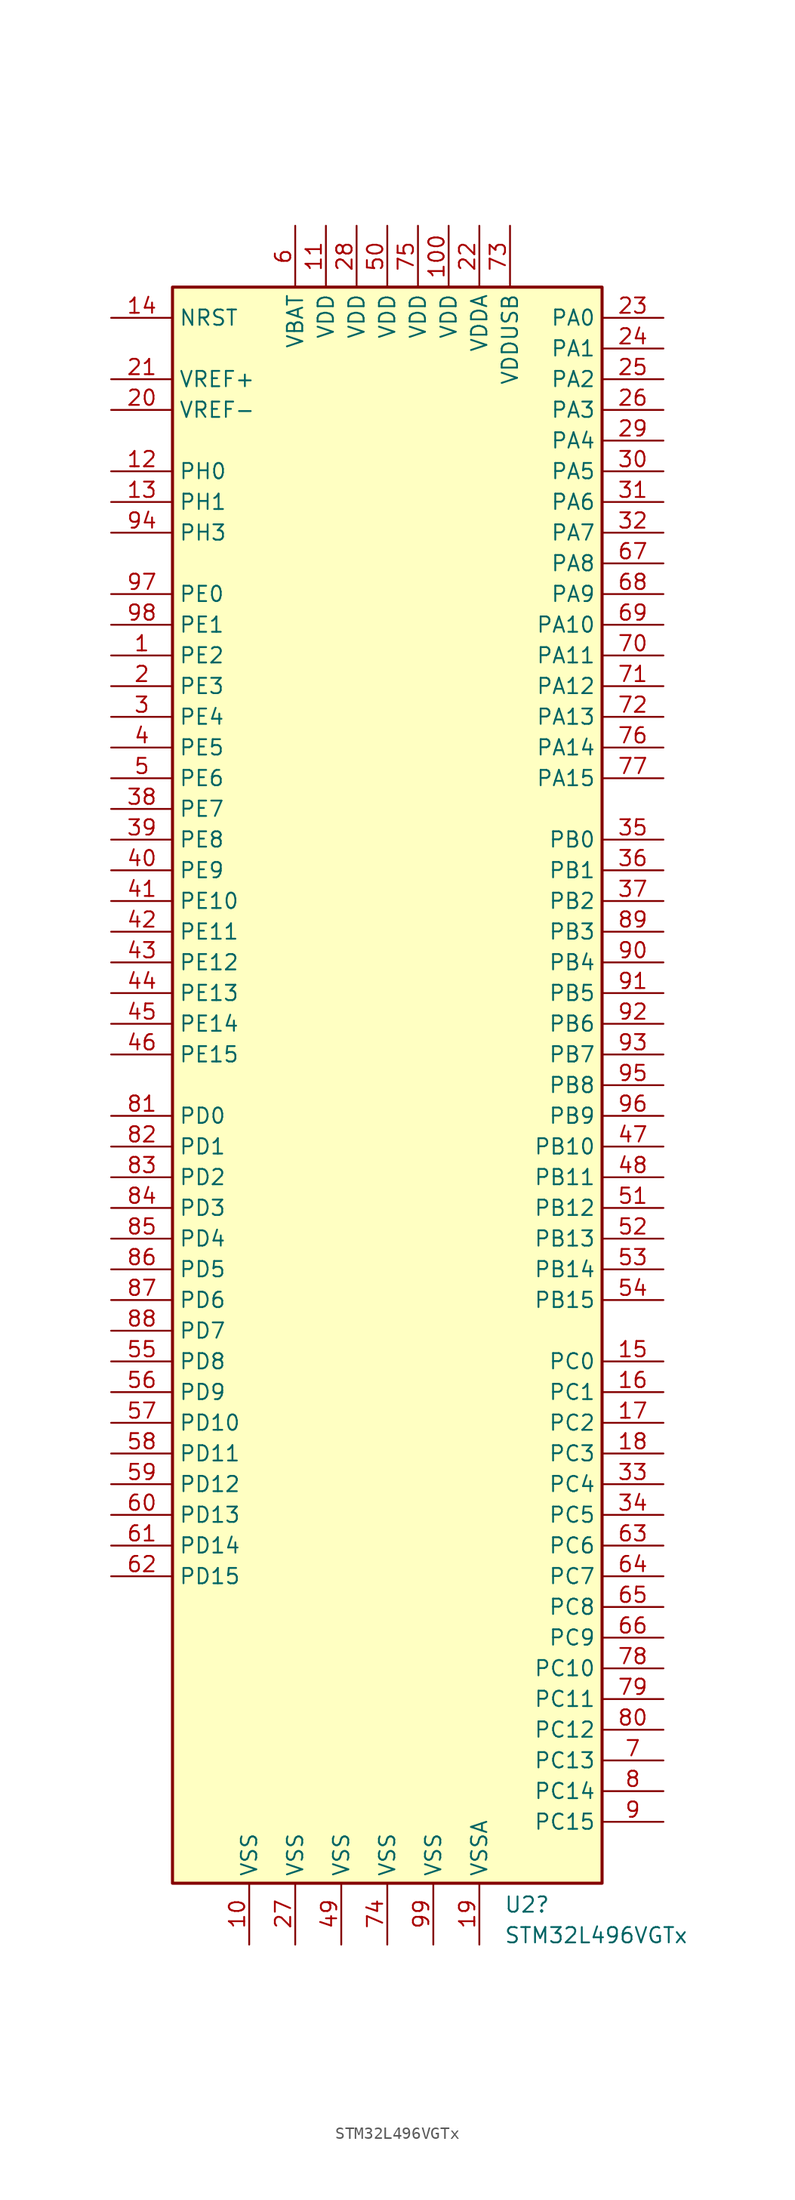
<source format=kicad_sym>
(kicad_symbol_lib
  (version 20231120)
  (generator "kicad_symbol_editor")
  (generator_version "8.0")
  (symbol "STM32L496VGTx"
    (property "Reference" "U2"
      (at 9.652 -67.818 0)
      (effects (font (size 1.27 1.27)) (justify left)))
    (property "Value" "STM32L496VGTx"
      (at 9.652 -70.358 0)
      (effects (font (size 1.27 1.27)) (justify left)))
    (property "ki_locked" ""
      (at 0 0 0)
      (effects (font (size 1.27 1.27))))
    (symbol "STM32L496VGTx_0_1"
      (rectangle (start -17.78 66.04) (end 17.78 -66.04) (stroke (width 0.254) (type default)) (fill (type background))))
    (symbol "STM32L496VGTx_1_1"
      (pin bidirectional line (at -22.86 35.56 0) (length 5.08) (name "PE2" (effects (font (size 1.27 1.27)))) (number "1" (effects (font (size 1.27 1.27)))) (alternate "FMC_A23" bidirectional line) (alternate "LCD_SEG38" bidirectional line) (alternate "SAI1_MCLK_A" bidirectional line) (alternate "SYS_TRACECLK" bidirectional line) (alternate "TIM3_ETR" bidirectional line) (alternate "TSC_G7_IO1" bidirectional line))
      (pin power_in line (at -11.43 -71.12 90) (length 5.08) (name "VSS" (effects (font (size 1.27 1.27)))) (number "10" (effects (font (size 1.27 1.27)))))
      (pin power_in line (at 5.08 71.12 270) (length 5.08) (name "VDD" (effects (font (size 1.27 1.27)))) (number "100" (effects (font (size 1.27 1.27)))))
      (pin power_in line (at -5.08 71.12 270) (length 5.08) (name "VDD" (effects (font (size 1.27 1.27)))) (number "11" (effects (font (size 1.27 1.27)))))
      (pin bidirectional line (at -22.86 50.8 0) (length 5.08) (name "PH0" (effects (font (size 1.27 1.27)))) (number "12" (effects (font (size 1.27 1.27)))) (alternate "RCC_OSC_IN" bidirectional line))
      (pin bidirectional line (at -22.86 48.26 0) (length 5.08) (name "PH1" (effects (font (size 1.27 1.27)))) (number "13" (effects (font (size 1.27 1.27)))) (alternate "RCC_OSC_OUT" bidirectional line))
      (pin input line (at -22.86 63.5 0) (length 5.08) (name "NRST" (effects (font (size 1.27 1.27)))) (number "14" (effects (font (size 1.27 1.27)))))
      (pin bidirectional line (at 22.86 -22.86 180) (length 5.08) (name "PC0" (effects (font (size 1.27 1.27)))) (number "15" (effects (font (size 1.27 1.27)))) (alternate "ADC1_IN1" bidirectional line) (alternate "ADC2_IN1" bidirectional line) (alternate "ADC3_IN1" bidirectional line) (alternate "DFSDM1_DATIN4" bidirectional line) (alternate "I2C3_SCL" bidirectional line) (alternate "I2C4_SCL" bidirectional line) (alternate "LCD_SEG18" bidirectional line) (alternate "LPTIM1_IN1" bidirectional line) (alternate "LPTIM2_IN1" bidirectional line) (alternate "LPUART1_RX" bidirectional line))
      (pin bidirectional line (at 22.86 -25.4 180) (length 5.08) (name "PC1" (effects (font (size 1.27 1.27)))) (number "16" (effects (font (size 1.27 1.27)))) (alternate "ADC1_IN2" bidirectional line) (alternate "ADC2_IN2" bidirectional line) (alternate "ADC3_IN2" bidirectional line) (alternate "DFSDM1_CKIN4" bidirectional line) (alternate "I2C3_SDA" bidirectional line) (alternate "I2C4_SDA" bidirectional line) (alternate "LCD_SEG19" bidirectional line) (alternate "LPTIM1_OUT" bidirectional line) (alternate "LPUART1_TX" bidirectional line) (alternate "QUADSPI_BK2_IO0" bidirectional line) (alternate "SAI1_SD_A" bidirectional line) (alternate "SPI2_MOSI" bidirectional line) (alternate "SYS_TRACED0" bidirectional line))
      (pin bidirectional line (at 22.86 -27.94 180) (length 5.08) (name "PC2" (effects (font (size 1.27 1.27)))) (number "17" (effects (font (size 1.27 1.27)))) (alternate "ADC1_IN3" bidirectional line) (alternate "ADC2_IN3" bidirectional line) (alternate "ADC3_IN3" bidirectional line) (alternate "DFSDM1_CKOUT" bidirectional line) (alternate "LCD_SEG20" bidirectional line) (alternate "LPTIM1_IN2" bidirectional line) (alternate "QUADSPI_BK2_IO1" bidirectional line) (alternate "SPI2_MISO" bidirectional line))
      (pin bidirectional line (at 22.86 -30.48 180) (length 5.08) (name "PC3" (effects (font (size 1.27 1.27)))) (number "18" (effects (font (size 1.27 1.27)))) (alternate "ADC1_IN4" bidirectional line) (alternate "ADC2_IN4" bidirectional line) (alternate "ADC3_IN4" bidirectional line) (alternate "LCD_VLCD" bidirectional line) (alternate "LPTIM1_ETR" bidirectional line) (alternate "LPTIM2_ETR" bidirectional line) (alternate "QUADSPI_BK2_IO2" bidirectional line) (alternate "SAI1_SD_A" bidirectional line) (alternate "SPI2_MOSI" bidirectional line))
      (pin power_in line (at 7.62 -71.12 90) (length 5.08) (name "VSSA" (effects (font (size 1.27 1.27)))) (number "19" (effects (font (size 1.27 1.27)))))
      (pin bidirectional line (at -22.86 33.02 0) (length 5.08) (name "PE3" (effects (font (size 1.27 1.27)))) (number "2" (effects (font (size 1.27 1.27)))) (alternate "FMC_A19" bidirectional line) (alternate "LCD_SEG39" bidirectional line) (alternate "SAI1_SD_B" bidirectional line) (alternate "SYS_TRACED0" bidirectional line) (alternate "TIM3_CH1" bidirectional line) (alternate "TSC_G7_IO2" bidirectional line))
      (pin input line (at -22.86 55.88 0) (length 5.08) (name "VREF-" (effects (font (size 1.27 1.27)))) (number "20" (effects (font (size 1.27 1.27)))))
      (pin input line (at -22.86 58.42 0) (length 5.08) (name "VREF+" (effects (font (size 1.27 1.27)))) (number "21" (effects (font (size 1.27 1.27)))) (alternate "VREFBUF_OUT" bidirectional line))
      (pin power_in line (at 7.62 71.12 270) (length 5.08) (name "VDDA" (effects (font (size 1.27 1.27)))) (number "22" (effects (font (size 1.27 1.27)))))
      (pin bidirectional line (at 22.86 63.5 180) (length 5.08) (name "PA0" (effects (font (size 1.27 1.27)))) (number "23" (effects (font (size 1.27 1.27)))) (alternate "ADC1_IN5" bidirectional line) (alternate "ADC2_IN5" bidirectional line) (alternate "OPAMP1_VINP" bidirectional line) (alternate "RTC_TAMP2" bidirectional line) (alternate "SAI1_EXTCLK" bidirectional line) (alternate "SYS_WKUP1" bidirectional line) (alternate "TIM2_CH1" bidirectional line) (alternate "TIM2_ETR" bidirectional line) (alternate "TIM5_CH1" bidirectional line) (alternate "TIM8_ETR" bidirectional line) (alternate "UART4_TX" bidirectional line) (alternate "USART2_CTS" bidirectional line))
      (pin bidirectional line (at 22.86 60.96 180) (length 5.08) (name "PA1" (effects (font (size 1.27 1.27)))) (number "24" (effects (font (size 1.27 1.27)))) (alternate "ADC1_IN6" bidirectional line) (alternate "ADC2_IN6" bidirectional line) (alternate "I2C1_SMBA" bidirectional line) (alternate "LCD_SEG0" bidirectional line) (alternate "OPAMP1_VINM" bidirectional line) (alternate "SPI1_SCK" bidirectional line) (alternate "TIM15_CH1N" bidirectional line) (alternate "TIM2_CH2" bidirectional line) (alternate "TIM5_CH2" bidirectional line) (alternate "UART4_RX" bidirectional line) (alternate "USART2_DE" bidirectional line) (alternate "USART2_RTS" bidirectional line))
      (pin bidirectional line (at 22.86 58.42 180) (length 5.08) (name "PA2" (effects (font (size 1.27 1.27)))) (number "25" (effects (font (size 1.27 1.27)))) (alternate "ADC1_IN7" bidirectional line) (alternate "ADC2_IN7" bidirectional line) (alternate "LCD_SEG1" bidirectional line) (alternate "LPUART1_TX" bidirectional line) (alternate "QUADSPI_BK1_NCS" bidirectional line) (alternate "RCC_LSCO" bidirectional line) (alternate "SAI2_EXTCLK" bidirectional line) (alternate "SYS_WKUP4" bidirectional line) (alternate "TIM15_CH1" bidirectional line) (alternate "TIM2_CH3" bidirectional line) (alternate "TIM5_CH3" bidirectional line) (alternate "USART2_TX" bidirectional line))
      (pin bidirectional line (at 22.86 55.88 180) (length 5.08) (name "PA3" (effects (font (size 1.27 1.27)))) (number "26" (effects (font (size 1.27 1.27)))) (alternate "ADC1_IN8" bidirectional line) (alternate "ADC2_IN8" bidirectional line) (alternate "LCD_SEG2" bidirectional line) (alternate "LPUART1_RX" bidirectional line) (alternate "OPAMP1_VOUT" bidirectional line) (alternate "QUADSPI_CLK" bidirectional line) (alternate "SAI1_MCLK_A" bidirectional line) (alternate "TIM15_CH2" bidirectional line) (alternate "TIM2_CH4" bidirectional line) (alternate "TIM5_CH4" bidirectional line) (alternate "USART2_RX" bidirectional line))
      (pin power_in line (at -7.62 -71.12 90) (length 5.08) (name "VSS" (effects (font (size 1.27 1.27)))) (number "27" (effects (font (size 1.27 1.27)))))
      (pin power_in line (at -2.54 71.12 270) (length 5.08) (name "VDD" (effects (font (size 1.27 1.27)))) (number "28" (effects (font (size 1.27 1.27)))))
      (pin bidirectional line (at 22.86 53.34 180) (length 5.08) (name "PA4" (effects (font (size 1.27 1.27)))) (number "29" (effects (font (size 1.27 1.27)))) (alternate "ADC1_IN9" bidirectional line) (alternate "ADC2_IN9" bidirectional line) (alternate "DAC1_OUT1" bidirectional line) (alternate "DCMI_HSYNC" bidirectional line) (alternate "LPTIM2_OUT" bidirectional line) (alternate "SAI1_FS_B" bidirectional line) (alternate "SPI1_NSS" bidirectional line) (alternate "SPI3_NSS" bidirectional line) (alternate "USART2_CK" bidirectional line))
      (pin bidirectional line (at -22.86 30.48 0) (length 5.08) (name "PE4" (effects (font (size 1.27 1.27)))) (number "3" (effects (font (size 1.27 1.27)))) (alternate "DCMI_D4" bidirectional line) (alternate "DFSDM1_DATIN3" bidirectional line) (alternate "FMC_A20" bidirectional line) (alternate "SAI1_FS_A" bidirectional line) (alternate "SYS_TRACED1" bidirectional line) (alternate "TIM3_CH2" bidirectional line) (alternate "TSC_G7_IO3" bidirectional line))
      (pin bidirectional line (at 22.86 50.8 180) (length 5.08) (name "PA5" (effects (font (size 1.27 1.27)))) (number "30" (effects (font (size 1.27 1.27)))) (alternate "ADC1_IN10" bidirectional line) (alternate "ADC2_IN10" bidirectional line) (alternate "DAC1_OUT2" bidirectional line) (alternate "LPTIM2_ETR" bidirectional line) (alternate "SPI1_SCK" bidirectional line) (alternate "TIM2_CH1" bidirectional line) (alternate "TIM2_ETR" bidirectional line) (alternate "TIM8_CH1N" bidirectional line))
      (pin bidirectional line (at 22.86 48.26 180) (length 5.08) (name "PA6" (effects (font (size 1.27 1.27)))) (number "31" (effects (font (size 1.27 1.27)))) (alternate "ADC1_IN11" bidirectional line) (alternate "ADC2_IN11" bidirectional line) (alternate "DCMI_PIXCLK" bidirectional line) (alternate "LCD_SEG3" bidirectional line) (alternate "LPUART1_CTS" bidirectional line) (alternate "OPAMP2_VINP" bidirectional line) (alternate "QUADSPI_BK1_IO3" bidirectional line) (alternate "SPI1_MISO" bidirectional line) (alternate "TIM16_CH1" bidirectional line) (alternate "TIM1_BKIN" bidirectional line) (alternate "TIM1_BKIN_COMP2" bidirectional line) (alternate "TIM3_CH1" bidirectional line) (alternate "TIM8_BKIN" bidirectional line) (alternate "TIM8_BKIN_COMP2" bidirectional line) (alternate "USART3_CTS" bidirectional line))
      (pin bidirectional line (at 22.86 45.72 180) (length 5.08) (name "PA7" (effects (font (size 1.27 1.27)))) (number "32" (effects (font (size 1.27 1.27)))) (alternate "ADC1_IN12" bidirectional line) (alternate "ADC2_IN12" bidirectional line) (alternate "I2C3_SCL" bidirectional line) (alternate "LCD_SEG4" bidirectional line) (alternate "OPAMP2_VINM" bidirectional line) (alternate "QUADSPI_BK1_IO2" bidirectional line) (alternate "SPI1_MOSI" bidirectional line) (alternate "TIM17_CH1" bidirectional line) (alternate "TIM1_CH1N" bidirectional line) (alternate "TIM3_CH2" bidirectional line) (alternate "TIM8_CH1N" bidirectional line))
      (pin bidirectional line (at 22.86 -33.02 180) (length 5.08) (name "PC4" (effects (font (size 1.27 1.27)))) (number "33" (effects (font (size 1.27 1.27)))) (alternate "ADC1_IN13" bidirectional line) (alternate "ADC2_IN13" bidirectional line) (alternate "COMP1_INM" bidirectional line) (alternate "LCD_SEG22" bidirectional line) (alternate "QUADSPI_BK2_IO3" bidirectional line) (alternate "USART3_TX" bidirectional line))
      (pin bidirectional line (at 22.86 -35.56 180) (length 5.08) (name "PC5" (effects (font (size 1.27 1.27)))) (number "34" (effects (font (size 1.27 1.27)))) (alternate "ADC1_IN14" bidirectional line) (alternate "ADC2_IN14" bidirectional line) (alternate "COMP1_INP" bidirectional line) (alternate "LCD_SEG23" bidirectional line) (alternate "SYS_WKUP5" bidirectional line) (alternate "USART3_RX" bidirectional line))
      (pin bidirectional line (at 22.86 20.32 180) (length 5.08) (name "PB0" (effects (font (size 1.27 1.27)))) (number "35" (effects (font (size 1.27 1.27)))) (alternate "ADC1_IN15" bidirectional line) (alternate "ADC2_IN15" bidirectional line) (alternate "COMP1_OUT" bidirectional line) (alternate "LCD_SEG5" bidirectional line) (alternate "OPAMP2_VOUT" bidirectional line) (alternate "QUADSPI_BK1_IO1" bidirectional line) (alternate "SAI1_EXTCLK" bidirectional line) (alternate "SPI1_NSS" bidirectional line) (alternate "TIM1_CH2N" bidirectional line) (alternate "TIM3_CH3" bidirectional line) (alternate "TIM8_CH2N" bidirectional line) (alternate "USART3_CK" bidirectional line))
      (pin bidirectional line (at 22.86 17.78 180) (length 5.08) (name "PB1" (effects (font (size 1.27 1.27)))) (number "36" (effects (font (size 1.27 1.27)))) (alternate "ADC1_IN16" bidirectional line) (alternate "ADC2_IN16" bidirectional line) (alternate "COMP1_INM" bidirectional line) (alternate "DFSDM1_DATIN0" bidirectional line) (alternate "LCD_SEG6" bidirectional line) (alternate "LPTIM2_IN1" bidirectional line) (alternate "LPUART1_DE" bidirectional line) (alternate "LPUART1_RTS" bidirectional line) (alternate "QUADSPI_BK1_IO0" bidirectional line) (alternate "TIM1_CH3N" bidirectional line) (alternate "TIM3_CH4" bidirectional line) (alternate "TIM8_CH3N" bidirectional line) (alternate "USART3_DE" bidirectional line) (alternate "USART3_RTS" bidirectional line))
      (pin bidirectional line (at 22.86 15.24 180) (length 5.08) (name "PB2" (effects (font (size 1.27 1.27)))) (number "37" (effects (font (size 1.27 1.27)))) (alternate "COMP1_INP" bidirectional line) (alternate "DFSDM1_CKIN0" bidirectional line) (alternate "I2C3_SMBA" bidirectional line) (alternate "LCD_VLCD" bidirectional line) (alternate "LPTIM1_OUT" bidirectional line) (alternate "RTC_OUT_ALARM" bidirectional line) (alternate "RTC_OUT_CALIB" bidirectional line))
      (pin bidirectional line (at -22.86 22.86 0) (length 5.08) (name "PE7" (effects (font (size 1.27 1.27)))) (number "38" (effects (font (size 1.27 1.27)))) (alternate "DFSDM1_DATIN2" bidirectional line) (alternate "FMC_D4" bidirectional line) (alternate "FMC_DA4" bidirectional line) (alternate "SAI1_SD_B" bidirectional line) (alternate "TIM1_ETR" bidirectional line))
      (pin bidirectional line (at -22.86 20.32 0) (length 5.08) (name "PE8" (effects (font (size 1.27 1.27)))) (number "39" (effects (font (size 1.27 1.27)))) (alternate "DFSDM1_CKIN2" bidirectional line) (alternate "FMC_D5" bidirectional line) (alternate "FMC_DA5" bidirectional line) (alternate "SAI1_SCK_B" bidirectional line) (alternate "TIM1_CH1N" bidirectional line))
      (pin bidirectional line (at -22.86 27.94 0) (length 5.08) (name "PE5" (effects (font (size 1.27 1.27)))) (number "4" (effects (font (size 1.27 1.27)))) (alternate "DCMI_D6" bidirectional line) (alternate "DFSDM1_CKIN3" bidirectional line) (alternate "FMC_A21" bidirectional line) (alternate "SAI1_SCK_A" bidirectional line) (alternate "SYS_TRACED2" bidirectional line) (alternate "TIM3_CH3" bidirectional line) (alternate "TSC_G7_IO4" bidirectional line))
      (pin bidirectional line (at -22.86 17.78 0) (length 5.08) (name "PE9" (effects (font (size 1.27 1.27)))) (number "40" (effects (font (size 1.27 1.27)))) (alternate "DAC1_EXTI9" bidirectional line) (alternate "DFSDM1_CKOUT" bidirectional line) (alternate "FMC_D6" bidirectional line) (alternate "FMC_DA6" bidirectional line) (alternate "SAI1_FS_B" bidirectional line) (alternate "TIM1_CH1" bidirectional line))
      (pin bidirectional line (at -22.86 15.24 0) (length 5.08) (name "PE10" (effects (font (size 1.27 1.27)))) (number "41" (effects (font (size 1.27 1.27)))) (alternate "DFSDM1_DATIN4" bidirectional line) (alternate "FMC_D7" bidirectional line) (alternate "FMC_DA7" bidirectional line) (alternate "QUADSPI_CLK" bidirectional line) (alternate "SAI1_MCLK_B" bidirectional line) (alternate "TIM1_CH2N" bidirectional line) (alternate "TSC_G5_IO1" bidirectional line))
      (pin bidirectional line (at -22.86 12.7 0) (length 5.08) (name "PE11" (effects (font (size 1.27 1.27)))) (number "42" (effects (font (size 1.27 1.27)))) (alternate "ADC1_EXTI11" bidirectional line) (alternate "ADC2_EXTI11" bidirectional line) (alternate "ADC3_EXTI11" bidirectional line) (alternate "DFSDM1_CKIN4" bidirectional line) (alternate "FMC_D8" bidirectional line) (alternate "FMC_DA8" bidirectional line) (alternate "QUADSPI_BK1_NCS" bidirectional line) (alternate "TIM1_CH2" bidirectional line) (alternate "TSC_G5_IO2" bidirectional line))
      (pin bidirectional line (at -22.86 10.16 0) (length 5.08) (name "PE12" (effects (font (size 1.27 1.27)))) (number "43" (effects (font (size 1.27 1.27)))) (alternate "DFSDM1_DATIN5" bidirectional line) (alternate "FMC_D9" bidirectional line) (alternate "FMC_DA9" bidirectional line) (alternate "QUADSPI_BK1_IO0" bidirectional line) (alternate "SPI1_NSS" bidirectional line) (alternate "TIM1_CH3N" bidirectional line) (alternate "TSC_G5_IO3" bidirectional line))
      (pin bidirectional line (at -22.86 7.62 0) (length 5.08) (name "PE13" (effects (font (size 1.27 1.27)))) (number "44" (effects (font (size 1.27 1.27)))) (alternate "DFSDM1_CKIN5" bidirectional line) (alternate "FMC_D10" bidirectional line) (alternate "FMC_DA10" bidirectional line) (alternate "QUADSPI_BK1_IO1" bidirectional line) (alternate "SPI1_SCK" bidirectional line) (alternate "TIM1_CH3" bidirectional line) (alternate "TSC_G5_IO4" bidirectional line))
      (pin bidirectional line (at -22.86 5.08 0) (length 5.08) (name "PE14" (effects (font (size 1.27 1.27)))) (number "45" (effects (font (size 1.27 1.27)))) (alternate "FMC_D11" bidirectional line) (alternate "FMC_DA11" bidirectional line) (alternate "QUADSPI_BK1_IO2" bidirectional line) (alternate "SPI1_MISO" bidirectional line) (alternate "TIM1_BKIN2" bidirectional line) (alternate "TIM1_BKIN2_COMP2" bidirectional line) (alternate "TIM1_CH4" bidirectional line))
      (pin bidirectional line (at -22.86 2.54 0) (length 5.08) (name "PE15" (effects (font (size 1.27 1.27)))) (number "46" (effects (font (size 1.27 1.27)))) (alternate "ADC1_EXTI15" bidirectional line) (alternate "ADC2_EXTI15" bidirectional line) (alternate "ADC3_EXTI15" bidirectional line) (alternate "FMC_D12" bidirectional line) (alternate "FMC_DA12" bidirectional line) (alternate "QUADSPI_BK1_IO3" bidirectional line) (alternate "SPI1_MOSI" bidirectional line) (alternate "TIM1_BKIN" bidirectional line) (alternate "TIM1_BKIN_COMP1" bidirectional line))
      (pin bidirectional line (at 22.86 -5.08 180) (length 5.08) (name "PB10" (effects (font (size 1.27 1.27)))) (number "47" (effects (font (size 1.27 1.27)))) (alternate "COMP1_OUT" bidirectional line) (alternate "DFSDM1_DATIN7" bidirectional line) (alternate "I2C2_SCL" bidirectional line) (alternate "I2C4_SCL" bidirectional line) (alternate "LCD_SEG10" bidirectional line) (alternate "LPUART1_RX" bidirectional line) (alternate "QUADSPI_CLK" bidirectional line) (alternate "SAI1_SCK_A" bidirectional line) (alternate "SPI2_SCK" bidirectional line) (alternate "TIM2_CH3" bidirectional line) (alternate "TSC_SYNC" bidirectional line) (alternate "USART3_TX" bidirectional line))
      (pin bidirectional line (at 22.86 -7.62 180) (length 5.08) (name "PB11" (effects (font (size 1.27 1.27)))) (number "48" (effects (font (size 1.27 1.27)))) (alternate "ADC1_EXTI11" bidirectional line) (alternate "ADC2_EXTI11" bidirectional line) (alternate "ADC3_EXTI11" bidirectional line) (alternate "COMP2_OUT" bidirectional line) (alternate "DFSDM1_CKIN7" bidirectional line) (alternate "I2C2_SDA" bidirectional line) (alternate "I2C4_SDA" bidirectional line) (alternate "LCD_SEG11" bidirectional line) (alternate "LPUART1_TX" bidirectional line) (alternate "QUADSPI_BK1_NCS" bidirectional line) (alternate "TIM2_CH4" bidirectional line) (alternate "USART3_RX" bidirectional line))
      (pin power_in line (at -3.81 -71.12 90) (length 5.08) (name "VSS" (effects (font (size 1.27 1.27)))) (number "49" (effects (font (size 1.27 1.27)))))
      (pin bidirectional line (at -22.86 25.4 0) (length 5.08) (name "PE6" (effects (font (size 1.27 1.27)))) (number "5" (effects (font (size 1.27 1.27)))) (alternate "DCMI_D7" bidirectional line) (alternate "FMC_A22" bidirectional line) (alternate "RTC_TAMP3" bidirectional line) (alternate "SAI1_SD_A" bidirectional line) (alternate "SYS_TRACED3" bidirectional line) (alternate "SYS_WKUP3" bidirectional line) (alternate "TIM3_CH4" bidirectional line))
      (pin power_in line (at 0 71.12 270) (length 5.08) (name "VDD" (effects (font (size 1.27 1.27)))) (number "50" (effects (font (size 1.27 1.27)))))
      (pin bidirectional line (at 22.86 -10.16 180) (length 5.08) (name "PB12" (effects (font (size 1.27 1.27)))) (number "51" (effects (font (size 1.27 1.27)))) (alternate "CAN2_RX" bidirectional line) (alternate "DFSDM1_DATIN1" bidirectional line) (alternate "I2C2_SMBA" bidirectional line) (alternate "LCD_SEG12" bidirectional line) (alternate "LPUART1_DE" bidirectional line) (alternate "LPUART1_RTS" bidirectional line) (alternate "SAI2_FS_A" bidirectional line) (alternate "SPI2_NSS" bidirectional line) (alternate "SWPMI1_IO" bidirectional line) (alternate "TIM15_BKIN" bidirectional line) (alternate "TIM1_BKIN" bidirectional line) (alternate "TIM1_BKIN_COMP2" bidirectional line) (alternate "TSC_G1_IO1" bidirectional line) (alternate "USART3_CK" bidirectional line))
      (pin bidirectional line (at 22.86 -12.7 180) (length 5.08) (name "PB13" (effects (font (size 1.27 1.27)))) (number "52" (effects (font (size 1.27 1.27)))) (alternate "CAN2_TX" bidirectional line) (alternate "DFSDM1_CKIN1" bidirectional line) (alternate "I2C2_SCL" bidirectional line) (alternate "LCD_SEG13" bidirectional line) (alternate "LPUART1_CTS" bidirectional line) (alternate "SAI2_SCK_A" bidirectional line) (alternate "SPI2_SCK" bidirectional line) (alternate "SWPMI1_TX" bidirectional line) (alternate "TIM15_CH1N" bidirectional line) (alternate "TIM1_CH1N" bidirectional line) (alternate "TSC_G1_IO2" bidirectional line) (alternate "USART3_CTS" bidirectional line))
      (pin bidirectional line (at 22.86 -15.24 180) (length 5.08) (name "PB14" (effects (font (size 1.27 1.27)))) (number "53" (effects (font (size 1.27 1.27)))) (alternate "DFSDM1_DATIN2" bidirectional line) (alternate "I2C2_SDA" bidirectional line) (alternate "LCD_SEG14" bidirectional line) (alternate "SAI2_MCLK_A" bidirectional line) (alternate "SPI2_MISO" bidirectional line) (alternate "SWPMI1_RX" bidirectional line) (alternate "TIM15_CH1" bidirectional line) (alternate "TIM1_CH2N" bidirectional line) (alternate "TIM8_CH2N" bidirectional line) (alternate "TSC_G1_IO3" bidirectional line) (alternate "USART3_DE" bidirectional line) (alternate "USART3_RTS" bidirectional line))
      (pin bidirectional line (at 22.86 -17.78 180) (length 5.08) (name "PB15" (effects (font (size 1.27 1.27)))) (number "54" (effects (font (size 1.27 1.27)))) (alternate "ADC1_EXTI15" bidirectional line) (alternate "ADC2_EXTI15" bidirectional line) (alternate "ADC3_EXTI15" bidirectional line) (alternate "DFSDM1_CKIN2" bidirectional line) (alternate "LCD_SEG15" bidirectional line) (alternate "RTC_REFIN" bidirectional line) (alternate "SAI2_SD_A" bidirectional line) (alternate "SPI2_MOSI" bidirectional line) (alternate "SWPMI1_SUSPEND" bidirectional line) (alternate "TIM15_CH2" bidirectional line) (alternate "TIM1_CH3N" bidirectional line) (alternate "TIM8_CH3N" bidirectional line) (alternate "TSC_G1_IO4" bidirectional line))
      (pin bidirectional line (at -22.86 -22.86 0) (length 5.08) (name "PD8" (effects (font (size 1.27 1.27)))) (number "55" (effects (font (size 1.27 1.27)))) (alternate "DCMI_HSYNC" bidirectional line) (alternate "FMC_D13" bidirectional line) (alternate "FMC_DA13" bidirectional line) (alternate "LCD_SEG28" bidirectional line) (alternate "USART3_TX" bidirectional line))
      (pin bidirectional line (at -22.86 -25.4 0) (length 5.08) (name "PD9" (effects (font (size 1.27 1.27)))) (number "56" (effects (font (size 1.27 1.27)))) (alternate "DAC1_EXTI9" bidirectional line) (alternate "DCMI_PIXCLK" bidirectional line) (alternate "FMC_D14" bidirectional line) (alternate "FMC_DA14" bidirectional line) (alternate "LCD_SEG29" bidirectional line) (alternate "SAI2_MCLK_A" bidirectional line) (alternate "USART3_RX" bidirectional line))
      (pin bidirectional line (at -22.86 -27.94 0) (length 5.08) (name "PD10" (effects (font (size 1.27 1.27)))) (number "57" (effects (font (size 1.27 1.27)))) (alternate "FMC_D15" bidirectional line) (alternate "FMC_DA15" bidirectional line) (alternate "LCD_SEG30" bidirectional line) (alternate "SAI2_SCK_A" bidirectional line) (alternate "TSC_G6_IO1" bidirectional line) (alternate "USART3_CK" bidirectional line))
      (pin bidirectional line (at -22.86 -30.48 0) (length 5.08) (name "PD11" (effects (font (size 1.27 1.27)))) (number "58" (effects (font (size 1.27 1.27)))) (alternate "ADC1_EXTI11" bidirectional line) (alternate "ADC2_EXTI11" bidirectional line) (alternate "ADC3_EXTI11" bidirectional line) (alternate "FMC_A16" bidirectional line) (alternate "FMC_CLE" bidirectional line) (alternate "I2C4_SMBA" bidirectional line) (alternate "LCD_SEG31" bidirectional line) (alternate "LPTIM2_ETR" bidirectional line) (alternate "SAI2_SD_A" bidirectional line) (alternate "TSC_G6_IO2" bidirectional line) (alternate "USART3_CTS" bidirectional line))
      (pin bidirectional line (at -22.86 -33.02 0) (length 5.08) (name "PD12" (effects (font (size 1.27 1.27)))) (number "59" (effects (font (size 1.27 1.27)))) (alternate "FMC_A17" bidirectional line) (alternate "FMC_ALE" bidirectional line) (alternate "I2C4_SCL" bidirectional line) (alternate "LCD_SEG32" bidirectional line) (alternate "LPTIM2_IN1" bidirectional line) (alternate "SAI2_FS_A" bidirectional line) (alternate "TIM4_CH1" bidirectional line) (alternate "TSC_G6_IO3" bidirectional line) (alternate "USART3_DE" bidirectional line) (alternate "USART3_RTS" bidirectional line))
      (pin power_in line (at -7.62 71.12 270) (length 5.08) (name "VBAT" (effects (font (size 1.27 1.27)))) (number "6" (effects (font (size 1.27 1.27)))))
      (pin bidirectional line (at -22.86 -35.56 0) (length 5.08) (name "PD13" (effects (font (size 1.27 1.27)))) (number "60" (effects (font (size 1.27 1.27)))) (alternate "FMC_A18" bidirectional line) (alternate "I2C4_SDA" bidirectional line) (alternate "LCD_SEG33" bidirectional line) (alternate "LPTIM2_OUT" bidirectional line) (alternate "TIM4_CH2" bidirectional line) (alternate "TSC_G6_IO4" bidirectional line))
      (pin bidirectional line (at -22.86 -38.1 0) (length 5.08) (name "PD14" (effects (font (size 1.27 1.27)))) (number "61" (effects (font (size 1.27 1.27)))) (alternate "FMC_D0" bidirectional line) (alternate "FMC_DA0" bidirectional line) (alternate "LCD_SEG34" bidirectional line) (alternate "TIM4_CH3" bidirectional line))
      (pin bidirectional line (at -22.86 -40.64 0) (length 5.08) (name "PD15" (effects (font (size 1.27 1.27)))) (number "62" (effects (font (size 1.27 1.27)))) (alternate "ADC1_EXTI15" bidirectional line) (alternate "ADC2_EXTI15" bidirectional line) (alternate "ADC3_EXTI15" bidirectional line) (alternate "FMC_D1" bidirectional line) (alternate "FMC_DA1" bidirectional line) (alternate "LCD_SEG35" bidirectional line) (alternate "TIM4_CH4" bidirectional line))
      (pin bidirectional line (at 22.86 -38.1 180) (length 5.08) (name "PC6" (effects (font (size 1.27 1.27)))) (number "63" (effects (font (size 1.27 1.27)))) (alternate "DCMI_D0" bidirectional line) (alternate "DFSDM1_CKIN3" bidirectional line) (alternate "LCD_SEG24" bidirectional line) (alternate "SAI2_MCLK_A" bidirectional line) (alternate "SDMMC1_D6" bidirectional line) (alternate "TIM3_CH1" bidirectional line) (alternate "TIM8_CH1" bidirectional line) (alternate "TSC_G4_IO1" bidirectional line))
      (pin bidirectional line (at 22.86 -40.64 180) (length 5.08) (name "PC7" (effects (font (size 1.27 1.27)))) (number "64" (effects (font (size 1.27 1.27)))) (alternate "DCMI_D1" bidirectional line) (alternate "DFSDM1_DATIN3" bidirectional line) (alternate "LCD_SEG25" bidirectional line) (alternate "SAI2_MCLK_B" bidirectional line) (alternate "SDMMC1_D7" bidirectional line) (alternate "TIM3_CH2" bidirectional line) (alternate "TIM8_CH2" bidirectional line) (alternate "TSC_G4_IO2" bidirectional line))
      (pin bidirectional line (at 22.86 -43.18 180) (length 5.08) (name "PC8" (effects (font (size 1.27 1.27)))) (number "65" (effects (font (size 1.27 1.27)))) (alternate "DCMI_D2" bidirectional line) (alternate "LCD_SEG26" bidirectional line) (alternate "SDMMC1_D0" bidirectional line) (alternate "TIM3_CH3" bidirectional line) (alternate "TIM8_CH3" bidirectional line) (alternate "TSC_G4_IO3" bidirectional line))
      (pin bidirectional line (at 22.86 -45.72 180) (length 5.08) (name "PC9" (effects (font (size 1.27 1.27)))) (number "66" (effects (font (size 1.27 1.27)))) (alternate "DAC1_EXTI9" bidirectional line) (alternate "DCMI_D3" bidirectional line) (alternate "I2C3_SDA" bidirectional line) (alternate "LCD_SEG27" bidirectional line) (alternate "SAI2_EXTCLK" bidirectional line) (alternate "SDMMC1_D1" bidirectional line) (alternate "TIM3_CH4" bidirectional line) (alternate "TIM8_BKIN2" bidirectional line) (alternate "TIM8_BKIN2_COMP1" bidirectional line) (alternate "TIM8_CH4" bidirectional line) (alternate "TSC_G4_IO4" bidirectional line) (alternate "USB_OTG_FS_NOE" bidirectional line))
      (pin bidirectional line (at 22.86 43.18 180) (length 5.08) (name "PA8" (effects (font (size 1.27 1.27)))) (number "67" (effects (font (size 1.27 1.27)))) (alternate "LCD_COM0" bidirectional line) (alternate "LPTIM2_OUT" bidirectional line) (alternate "RCC_MCO" bidirectional line) (alternate "SAI1_SCK_A" bidirectional line) (alternate "SWPMI1_IO" bidirectional line) (alternate "TIM1_CH1" bidirectional line) (alternate "USART1_CK" bidirectional line) (alternate "USB_OTG_FS_SOF" bidirectional line))
      (pin bidirectional line (at 22.86 40.64 180) (length 5.08) (name "PA9" (effects (font (size 1.27 1.27)))) (number "68" (effects (font (size 1.27 1.27)))) (alternate "DAC1_EXTI9" bidirectional line) (alternate "DCMI_D0" bidirectional line) (alternate "LCD_COM1" bidirectional line) (alternate "SAI1_FS_A" bidirectional line) (alternate "SPI2_SCK" bidirectional line) (alternate "TIM15_BKIN" bidirectional line) (alternate "TIM1_CH2" bidirectional line) (alternate "USART1_TX" bidirectional line) (alternate "USB_OTG_FS_VBUS" bidirectional line))
      (pin bidirectional line (at 22.86 38.1 180) (length 5.08) (name "PA10" (effects (font (size 1.27 1.27)))) (number "69" (effects (font (size 1.27 1.27)))) (alternate "DCMI_D1" bidirectional line) (alternate "LCD_COM2" bidirectional line) (alternate "SAI1_SD_A" bidirectional line) (alternate "TIM17_BKIN" bidirectional line) (alternate "TIM1_CH3" bidirectional line) (alternate "USART1_RX" bidirectional line) (alternate "USB_OTG_FS_ID" bidirectional line))
      (pin bidirectional line (at 22.86 -55.88 180) (length 5.08) (name "PC13" (effects (font (size 1.27 1.27)))) (number "7" (effects (font (size 1.27 1.27)))) (alternate "RTC_OUT_ALARM" bidirectional line) (alternate "RTC_OUT_CALIB" bidirectional line) (alternate "RTC_TAMP1" bidirectional line) (alternate "RTC_TS" bidirectional line) (alternate "SYS_WKUP2" bidirectional line))
      (pin bidirectional line (at 22.86 35.56 180) (length 5.08) (name "PA11" (effects (font (size 1.27 1.27)))) (number "70" (effects (font (size 1.27 1.27)))) (alternate "ADC1_EXTI11" bidirectional line) (alternate "ADC2_EXTI11" bidirectional line) (alternate "ADC3_EXTI11" bidirectional line) (alternate "CAN1_RX" bidirectional line) (alternate "SPI1_MISO" bidirectional line) (alternate "TIM1_BKIN2" bidirectional line) (alternate "TIM1_BKIN2_COMP1" bidirectional line) (alternate "TIM1_CH4" bidirectional line) (alternate "USART1_CTS" bidirectional line) (alternate "USB_OTG_FS_DM" bidirectional line))
      (pin bidirectional line (at 22.86 33.02 180) (length 5.08) (name "PA12" (effects (font (size 1.27 1.27)))) (number "71" (effects (font (size 1.27 1.27)))) (alternate "CAN1_TX" bidirectional line) (alternate "SPI1_MOSI" bidirectional line) (alternate "TIM1_ETR" bidirectional line) (alternate "USART1_DE" bidirectional line) (alternate "USART1_RTS" bidirectional line) (alternate "USB_OTG_FS_DP" bidirectional line))
      (pin bidirectional line (at 22.86 30.48 180) (length 5.08) (name "PA13" (effects (font (size 1.27 1.27)))) (number "72" (effects (font (size 1.27 1.27)))) (alternate "IR_OUT" bidirectional line) (alternate "SAI1_SD_B" bidirectional line) (alternate "SWPMI1_TX" bidirectional line) (alternate "SYS_JTMS-SWDIO" bidirectional line) (alternate "USB_OTG_FS_NOE" bidirectional line))
      (pin power_in line (at 10.16 71.12 270) (length 5.08) (name "VDDUSB" (effects (font (size 1.27 1.27)))) (number "73" (effects (font (size 1.27 1.27)))))
      (pin power_in line (at 0 -71.12 90) (length 5.08) (name "VSS" (effects (font (size 1.27 1.27)))) (number "74" (effects (font (size 1.27 1.27)))))
      (pin power_in line (at 2.54 71.12 270) (length 5.08) (name "VDD" (effects (font (size 1.27 1.27)))) (number "75" (effects (font (size 1.27 1.27)))))
      (pin bidirectional line (at 22.86 27.94 180) (length 5.08) (name "PA14" (effects (font (size 1.27 1.27)))) (number "76" (effects (font (size 1.27 1.27)))) (alternate "I2C1_SMBA" bidirectional line) (alternate "I2C4_SMBA" bidirectional line) (alternate "LPTIM1_OUT" bidirectional line) (alternate "SAI1_FS_B" bidirectional line) (alternate "SWPMI1_RX" bidirectional line) (alternate "SYS_JTCK-SWCLK" bidirectional line) (alternate "USB_OTG_FS_SOF" bidirectional line))
      (pin bidirectional line (at 22.86 25.4 180) (length 5.08) (name "PA15" (effects (font (size 1.27 1.27)))) (number "77" (effects (font (size 1.27 1.27)))) (alternate "ADC1_EXTI15" bidirectional line) (alternate "ADC2_EXTI15" bidirectional line) (alternate "ADC3_EXTI15" bidirectional line) (alternate "LCD_SEG17" bidirectional line) (alternate "SAI2_FS_B" bidirectional line) (alternate "SPI1_NSS" bidirectional line) (alternate "SPI3_NSS" bidirectional line) (alternate "SWPMI1_SUSPEND" bidirectional line) (alternate "SYS_JTDI" bidirectional line) (alternate "TIM2_CH1" bidirectional line) (alternate "TIM2_ETR" bidirectional line) (alternate "TSC_G3_IO1" bidirectional line) (alternate "UART4_DE" bidirectional line) (alternate "UART4_RTS" bidirectional line) (alternate "USART2_RX" bidirectional line) (alternate "USART3_DE" bidirectional line) (alternate "USART3_RTS" bidirectional line))
      (pin bidirectional line (at 22.86 -48.26 180) (length 5.08) (name "PC10" (effects (font (size 1.27 1.27)))) (number "78" (effects (font (size 1.27 1.27)))) (alternate "DCMI_D8" bidirectional line) (alternate "LCD_COM4" bidirectional line) (alternate "LCD_SEG28" bidirectional line) (alternate "LCD_SEG40" bidirectional line) (alternate "SAI2_SCK_B" bidirectional line) (alternate "SDMMC1_D2" bidirectional line) (alternate "SPI3_SCK" bidirectional line) (alternate "SYS_TRACED1" bidirectional line) (alternate "TSC_G3_IO2" bidirectional line) (alternate "UART4_TX" bidirectional line) (alternate "USART3_TX" bidirectional line))
      (pin bidirectional line (at 22.86 -50.8 180) (length 5.08) (name "PC11" (effects (font (size 1.27 1.27)))) (number "79" (effects (font (size 1.27 1.27)))) (alternate "ADC1_EXTI11" bidirectional line) (alternate "ADC2_EXTI11" bidirectional line) (alternate "ADC3_EXTI11" bidirectional line) (alternate "DCMI_D4" bidirectional line) (alternate "LCD_COM5" bidirectional line) (alternate "LCD_SEG29" bidirectional line) (alternate "LCD_SEG41" bidirectional line) (alternate "QUADSPI_BK2_NCS" bidirectional line) (alternate "SAI2_MCLK_B" bidirectional line) (alternate "SDMMC1_D3" bidirectional line) (alternate "SPI3_MISO" bidirectional line) (alternate "TSC_G3_IO3" bidirectional line) (alternate "UART4_RX" bidirectional line) (alternate "USART3_RX" bidirectional line))
      (pin bidirectional line (at 22.86 -58.42 180) (length 5.08) (name "PC14" (effects (font (size 1.27 1.27)))) (number "8" (effects (font (size 1.27 1.27)))) (alternate "RCC_OSC32_IN" bidirectional line))
      (pin bidirectional line (at 22.86 -53.34 180) (length 5.08) (name "PC12" (effects (font (size 1.27 1.27)))) (number "80" (effects (font (size 1.27 1.27)))) (alternate "DCMI_D9" bidirectional line) (alternate "LCD_COM6" bidirectional line) (alternate "LCD_SEG30" bidirectional line) (alternate "LCD_SEG42" bidirectional line) (alternate "SAI2_SD_B" bidirectional line) (alternate "SDMMC1_CK" bidirectional line) (alternate "SPI3_MOSI" bidirectional line) (alternate "SYS_TRACED3" bidirectional line) (alternate "TSC_G3_IO4" bidirectional line) (alternate "UART5_TX" bidirectional line) (alternate "USART3_CK" bidirectional line))
      (pin bidirectional line (at -22.86 -2.54 0) (length 5.08) (name "PD0" (effects (font (size 1.27 1.27)))) (number "81" (effects (font (size 1.27 1.27)))) (alternate "CAN1_RX" bidirectional line) (alternate "DFSDM1_DATIN7" bidirectional line) (alternate "FMC_D2" bidirectional line) (alternate "FMC_DA2" bidirectional line) (alternate "SPI2_NSS" bidirectional line))
      (pin bidirectional line (at -22.86 -5.08 0) (length 5.08) (name "PD1" (effects (font (size 1.27 1.27)))) (number "82" (effects (font (size 1.27 1.27)))) (alternate "CAN1_TX" bidirectional line) (alternate "DFSDM1_CKIN7" bidirectional line) (alternate "FMC_D3" bidirectional line) (alternate "FMC_DA3" bidirectional line) (alternate "SPI2_SCK" bidirectional line))
      (pin bidirectional line (at -22.86 -7.62 0) (length 5.08) (name "PD2" (effects (font (size 1.27 1.27)))) (number "83" (effects (font (size 1.27 1.27)))) (alternate "DCMI_D11" bidirectional line) (alternate "LCD_COM7" bidirectional line) (alternate "LCD_SEG31" bidirectional line) (alternate "LCD_SEG43" bidirectional line) (alternate "SDMMC1_CMD" bidirectional line) (alternate "SYS_TRACED2" bidirectional line) (alternate "TIM3_ETR" bidirectional line) (alternate "TSC_SYNC" bidirectional line) (alternate "UART5_RX" bidirectional line) (alternate "USART3_DE" bidirectional line) (alternate "USART3_RTS" bidirectional line))
      (pin bidirectional line (at -22.86 -10.16 0) (length 5.08) (name "PD3" (effects (font (size 1.27 1.27)))) (number "84" (effects (font (size 1.27 1.27)))) (alternate "DCMI_D5" bidirectional line) (alternate "DFSDM1_DATIN0" bidirectional line) (alternate "FMC_CLK" bidirectional line) (alternate "QUADSPI_BK2_NCS" bidirectional line) (alternate "SPI2_MISO" bidirectional line) (alternate "SPI2_SCK" bidirectional line) (alternate "USART2_CTS" bidirectional line))
      (pin bidirectional line (at -22.86 -12.7 0) (length 5.08) (name "PD4" (effects (font (size 1.27 1.27)))) (number "85" (effects (font (size 1.27 1.27)))) (alternate "DFSDM1_CKIN0" bidirectional line) (alternate "FMC_NOE" bidirectional line) (alternate "QUADSPI_BK2_IO0" bidirectional line) (alternate "SPI2_MOSI" bidirectional line) (alternate "USART2_DE" bidirectional line) (alternate "USART2_RTS" bidirectional line))
      (pin bidirectional line (at -22.86 -15.24 0) (length 5.08) (name "PD5" (effects (font (size 1.27 1.27)))) (number "86" (effects (font (size 1.27 1.27)))) (alternate "FMC_NWE" bidirectional line) (alternate "QUADSPI_BK2_IO1" bidirectional line) (alternate "USART2_TX" bidirectional line))
      (pin bidirectional line (at -22.86 -17.78 0) (length 5.08) (name "PD6" (effects (font (size 1.27 1.27)))) (number "87" (effects (font (size 1.27 1.27)))) (alternate "DCMI_D10" bidirectional line) (alternate "DFSDM1_DATIN1" bidirectional line) (alternate "FMC_NWAIT" bidirectional line) (alternate "QUADSPI_BK2_IO1" bidirectional line) (alternate "QUADSPI_BK2_IO2" bidirectional line) (alternate "SAI1_SD_A" bidirectional line) (alternate "USART2_RX" bidirectional line))
      (pin bidirectional line (at -22.86 -20.32 0) (length 5.08) (name "PD7" (effects (font (size 1.27 1.27)))) (number "88" (effects (font (size 1.27 1.27)))) (alternate "DFSDM1_CKIN1" bidirectional line) (alternate "FMC_NE1" bidirectional line) (alternate "QUADSPI_BK2_IO3" bidirectional line) (alternate "USART2_CK" bidirectional line))
      (pin bidirectional line (at 22.86 12.7 180) (length 5.08) (name "PB3" (effects (font (size 1.27 1.27)))) (number "89" (effects (font (size 1.27 1.27)))) (alternate "COMP2_INM" bidirectional line) (alternate "CRS_SYNC" bidirectional line) (alternate "LCD_SEG7" bidirectional line) (alternate "SAI1_SCK_B" bidirectional line) (alternate "SPI1_SCK" bidirectional line) (alternate "SPI3_SCK" bidirectional line) (alternate "SYS_JTDO-SWO" bidirectional line) (alternate "TIM2_CH2" bidirectional line) (alternate "USART1_DE" bidirectional line) (alternate "USART1_RTS" bidirectional line))
      (pin bidirectional line (at 22.86 -60.96 180) (length 5.08) (name "PC15" (effects (font (size 1.27 1.27)))) (number "9" (effects (font (size 1.27 1.27)))) (alternate "ADC1_EXTI15" bidirectional line) (alternate "ADC2_EXTI15" bidirectional line) (alternate "ADC3_EXTI15" bidirectional line) (alternate "RCC_OSC32_OUT" bidirectional line))
      (pin bidirectional line (at 22.86 10.16 180) (length 5.08) (name "PB4" (effects (font (size 1.27 1.27)))) (number "90" (effects (font (size 1.27 1.27)))) (alternate "COMP2_INP" bidirectional line) (alternate "DCMI_D12" bidirectional line) (alternate "I2C3_SDA" bidirectional line) (alternate "LCD_SEG8" bidirectional line) (alternate "SAI1_MCLK_B" bidirectional line) (alternate "SPI1_MISO" bidirectional line) (alternate "SPI3_MISO" bidirectional line) (alternate "SYS_JTRST" bidirectional line) (alternate "TIM17_BKIN" bidirectional line) (alternate "TIM3_CH1" bidirectional line) (alternate "TSC_G2_IO1" bidirectional line) (alternate "UART5_DE" bidirectional line) (alternate "UART5_RTS" bidirectional line) (alternate "USART1_CTS" bidirectional line))
      (pin bidirectional line (at 22.86 7.62 180) (length 5.08) (name "PB5" (effects (font (size 1.27 1.27)))) (number "91" (effects (font (size 1.27 1.27)))) (alternate "CAN2_RX" bidirectional line) (alternate "COMP2_OUT" bidirectional line) (alternate "DCMI_D10" bidirectional line) (alternate "I2C1_SMBA" bidirectional line) (alternate "LCD_SEG9" bidirectional line) (alternate "LPTIM1_IN1" bidirectional line) (alternate "SAI1_SD_B" bidirectional line) (alternate "SPI1_MOSI" bidirectional line) (alternate "SPI3_MOSI" bidirectional line) (alternate "TIM16_BKIN" bidirectional line) (alternate "TIM3_CH2" bidirectional line) (alternate "TSC_G2_IO2" bidirectional line) (alternate "UART5_CTS" bidirectional line) (alternate "USART1_CK" bidirectional line))
      (pin bidirectional line (at 22.86 5.08 180) (length 5.08) (name "PB6" (effects (font (size 1.27 1.27)))) (number "92" (effects (font (size 1.27 1.27)))) (alternate "CAN2_TX" bidirectional line) (alternate "COMP2_INP" bidirectional line) (alternate "DCMI_D5" bidirectional line) (alternate "DFSDM1_DATIN5" bidirectional line) (alternate "I2C1_SCL" bidirectional line) (alternate "I2C4_SCL" bidirectional line) (alternate "LPTIM1_ETR" bidirectional line) (alternate "SAI1_FS_B" bidirectional line) (alternate "TIM16_CH1N" bidirectional line) (alternate "TIM4_CH1" bidirectional line) (alternate "TIM8_BKIN2" bidirectional line) (alternate "TIM8_BKIN2_COMP2" bidirectional line) (alternate "TSC_G2_IO3" bidirectional line) (alternate "USART1_TX" bidirectional line))
      (pin bidirectional line (at 22.86 2.54 180) (length 5.08) (name "PB7" (effects (font (size 1.27 1.27)))) (number "93" (effects (font (size 1.27 1.27)))) (alternate "COMP2_INM" bidirectional line) (alternate "DCMI_VSYNC" bidirectional line) (alternate "DFSDM1_CKIN5" bidirectional line) (alternate "FMC_NL" bidirectional line) (alternate "I2C1_SDA" bidirectional line) (alternate "I2C4_SDA" bidirectional line) (alternate "LCD_SEG21" bidirectional line) (alternate "LPTIM1_IN2" bidirectional line) (alternate "SYS_PVD_IN" bidirectional line) (alternate "TIM17_CH1N" bidirectional line) (alternate "TIM4_CH2" bidirectional line) (alternate "TIM8_BKIN" bidirectional line) (alternate "TIM8_BKIN_COMP1" bidirectional line) (alternate "TSC_G2_IO4" bidirectional line) (alternate "UART4_CTS" bidirectional line) (alternate "USART1_RX" bidirectional line))
      (pin bidirectional line (at -22.86 45.72 0) (length 5.08) (name "PH3" (effects (font (size 1.27 1.27)))) (number "94" (effects (font (size 1.27 1.27)))))
      (pin bidirectional line (at 22.86 0 180) (length 5.08) (name "PB8" (effects (font (size 1.27 1.27)))) (number "95" (effects (font (size 1.27 1.27)))) (alternate "CAN1_RX" bidirectional line) (alternate "DCMI_D6" bidirectional line) (alternate "DFSDM1_DATIN6" bidirectional line) (alternate "I2C1_SCL" bidirectional line) (alternate "LCD_SEG16" bidirectional line) (alternate "SAI1_MCLK_A" bidirectional line) (alternate "SDMMC1_D4" bidirectional line) (alternate "TIM16_CH1" bidirectional line) (alternate "TIM4_CH3" bidirectional line))
      (pin bidirectional line (at 22.86 -2.54 180) (length 5.08) (name "PB9" (effects (font (size 1.27 1.27)))) (number "96" (effects (font (size 1.27 1.27)))) (alternate "CAN1_TX" bidirectional line) (alternate "DAC1_EXTI9" bidirectional line) (alternate "DCMI_D7" bidirectional line) (alternate "DFSDM1_CKIN6" bidirectional line) (alternate "I2C1_SDA" bidirectional line) (alternate "IR_OUT" bidirectional line) (alternate "LCD_COM3" bidirectional line) (alternate "SAI1_FS_A" bidirectional line) (alternate "SDMMC1_D5" bidirectional line) (alternate "SPI2_NSS" bidirectional line) (alternate "TIM17_CH1" bidirectional line) (alternate "TIM4_CH4" bidirectional line))
      (pin bidirectional line (at -22.86 40.64 0) (length 5.08) (name "PE0" (effects (font (size 1.27 1.27)))) (number "97" (effects (font (size 1.27 1.27)))) (alternate "DCMI_D2" bidirectional line) (alternate "FMC_NBL0" bidirectional line) (alternate "LCD_SEG36" bidirectional line) (alternate "TIM16_CH1" bidirectional line) (alternate "TIM4_ETR" bidirectional line))
      (pin bidirectional line (at -22.86 38.1 0) (length 5.08) (name "PE1" (effects (font (size 1.27 1.27)))) (number "98" (effects (font (size 1.27 1.27)))) (alternate "DCMI_D3" bidirectional line) (alternate "FMC_NBL1" bidirectional line) (alternate "LCD_SEG37" bidirectional line) (alternate "TIM17_CH1" bidirectional line))
      (pin power_in line (at 3.81 -71.12 90) (length 5.08) (name "VSS" (effects (font (size 1.27 1.27)))) (number "99" (effects (font (size 1.27 1.27))))))))
</source>
